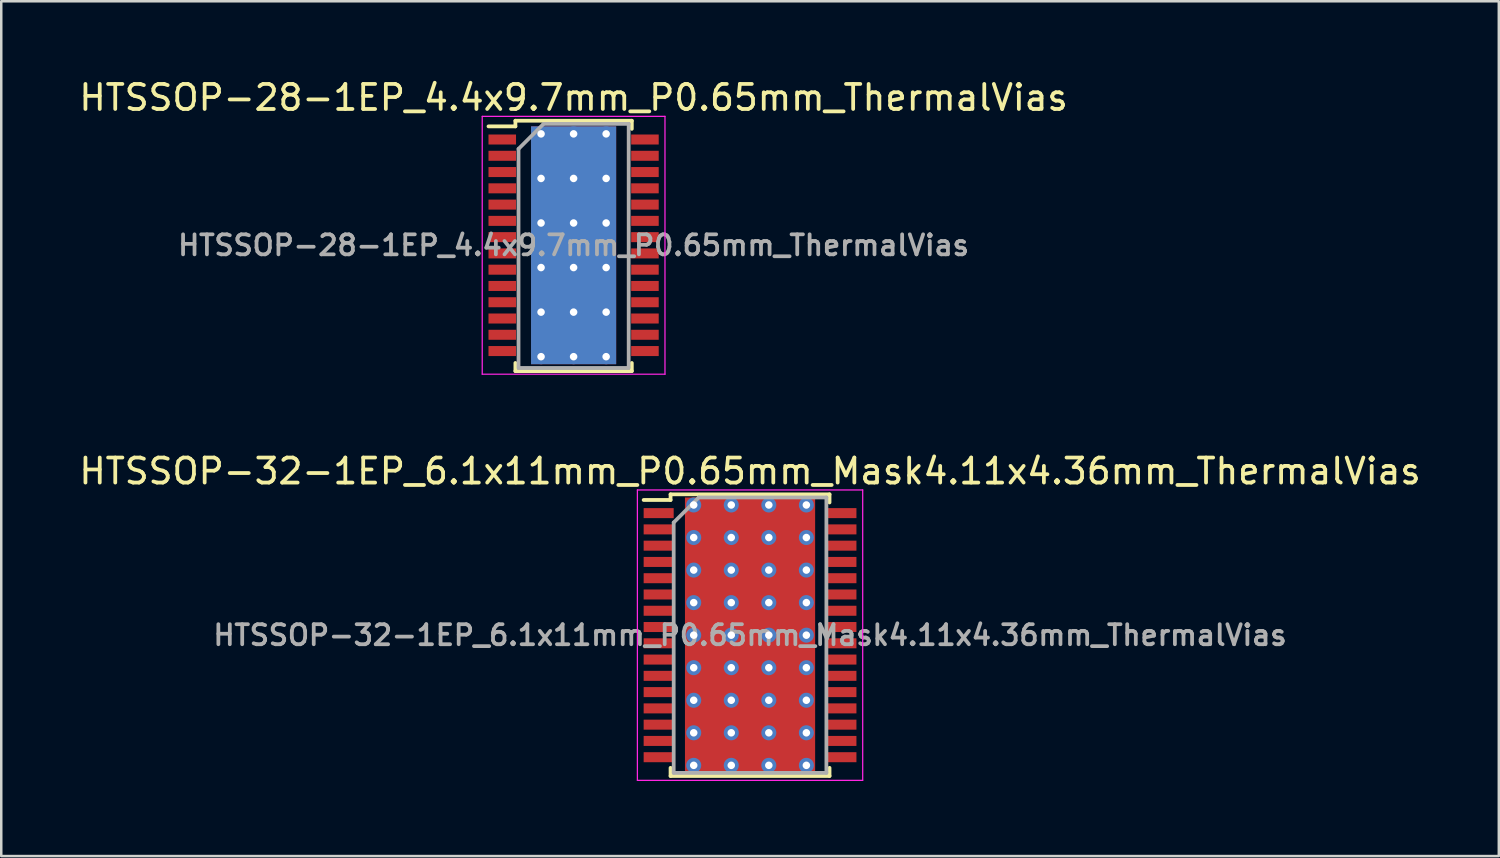
<source format=kicad_pcb>
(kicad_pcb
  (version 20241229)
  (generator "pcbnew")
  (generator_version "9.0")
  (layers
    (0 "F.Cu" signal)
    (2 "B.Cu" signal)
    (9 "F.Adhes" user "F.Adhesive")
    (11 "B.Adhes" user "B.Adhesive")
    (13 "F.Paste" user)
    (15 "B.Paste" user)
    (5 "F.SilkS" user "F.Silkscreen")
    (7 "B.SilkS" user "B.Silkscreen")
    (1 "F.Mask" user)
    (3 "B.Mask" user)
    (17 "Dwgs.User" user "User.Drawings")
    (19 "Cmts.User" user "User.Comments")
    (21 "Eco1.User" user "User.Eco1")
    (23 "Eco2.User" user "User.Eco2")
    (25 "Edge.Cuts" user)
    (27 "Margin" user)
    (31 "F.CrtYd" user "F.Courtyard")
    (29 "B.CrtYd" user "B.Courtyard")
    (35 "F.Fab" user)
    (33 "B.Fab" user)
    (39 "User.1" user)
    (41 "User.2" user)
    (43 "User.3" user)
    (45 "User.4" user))
  (footprint "HTSSOP-32-1EP_6.1x11mm_P0.65mm_Mask4.11x4.36mm_ThermalVias"
    (layer "F.Cu")
    (at 26.911 22.322)
    (property "Reference" "HTSSOP-32-1EP_6.1x11mm_P0.65mm_Mask4.11x4.36mm_ThermalVias" (at 0 -6.55 0) (layer "F.SilkS") (effects (font (size 1 1) (thickness 0.15))))
    (attr smd)
    (fp_line (start -4.25 -5.4) (end -3.175 -5.4) (stroke (width 0.15) (type solid)) (layer "F.SilkS"))
    (fp_line (start -3.175 -5.625) (end 3.175 -5.625) (stroke (width 0.15) (type solid)) (layer "F.SilkS"))
    (fp_line (start -3.175 -5.4) (end -3.175 -5.625) (stroke (width 0.15) (type solid)) (layer "F.SilkS"))
    (fp_line (start -3.175 5.3) (end -3.175 5.625) (stroke (width 0.15) (type solid)) (layer "F.SilkS"))
    (fp_line (start -3.175 5.625) (end 3.175 5.625) (stroke (width 0.15) (type solid)) (layer "F.SilkS"))
    (fp_line (start 3.175 -5.625) (end 3.175 -5.3) (stroke (width 0.15) (type solid)) (layer "F.SilkS"))
    (fp_line (start 3.175 5.625) (end 3.175 5.3) (stroke (width 0.15) (type solid)) (layer "F.SilkS"))
    (fp_line (start -4.5 -5.8) (end -4.5 5.8) (stroke (width 0.05) (type solid)) (layer "F.CrtYd"))
    (fp_line (start -4.5 5.8) (end 4.5 5.8) (stroke (width 0.05) (type solid)) (layer "F.CrtYd"))
    (fp_line (start 4.5 -5.8) (end -4.5 -5.8) (stroke (width 0.05) (type solid)) (layer "F.CrtYd"))
    (fp_line (start 4.5 5.8) (end 4.5 -5.8) (stroke (width 0.05) (type solid)) (layer "F.CrtYd"))
    (fp_line (start -3.05 -4.5) (end -2.05 -5.5) (stroke (width 0.15) (type solid)) (layer "F.Fab"))
    (fp_line (start -3.05 5.5) (end -3.05 -4.5) (stroke (width 0.15) (type solid)) (layer "F.Fab"))
    (fp_line (start -2.05 -5.5) (end 3.05 -5.5) (stroke (width 0.15) (type solid)) (layer "F.Fab"))
    (fp_line (start 3.05 -5.5) (end 3.05 5.5) (stroke (width 0.15) (type solid)) (layer "F.Fab"))
    (fp_line (start 3.05 5.5) (end -3.05 5.5) (stroke (width 0.15) (type solid)) (layer "F.Fab"))
    (fp_text user "${REFERENCE}" (at 0 0 0) (layer "F.Fab") (effects (font (size 0.8 0.8) (thickness 0.15))))
    (pad "" smd rect (at -1.365 -1.725) (size 0.93 0.55) (layers "F.Paste"))
    (pad "" smd rect (at -1.365 -0.65) (size 0.93 1) (layers "F.Paste"))
    (pad "" smd rect (at -1.365 0.65) (size 0.93 1) (layers "F.Paste"))
    (pad "" smd rect (at -1.365 1.725) (size 0.93 0.55) (layers "F.Paste"))
    (pad "" smd rect (at 0 -1.725) (size 1.2 0.55) (layers "F.Paste"))
    (pad "" smd rect (at 0 -0.65) (size 1.2 1) (layers "F.Paste"))
    (pad "" smd rect (at 0 0) (size 4.11 4.36) (layers "F.Mask"))
    (pad "" smd rect (at 0 0.65) (size 1.2 1) (layers "F.Paste"))
    (pad "" smd rect (at 0 1.725) (size 1.2 0.55) (layers "F.Paste"))
    (pad "" smd rect (at 1.365 -1.725) (size 0.93 0.55) (layers "F.Paste"))
    (pad "" smd rect (at 1.365 -0.65) (size 0.93 1) (layers "F.Paste"))
    (pad "" smd rect (at 1.365 0.65) (size 0.93 1) (layers "F.Paste"))
    (pad "" smd rect (at 1.365 1.725) (size 0.93 0.55) (layers "F.Paste"))
    (pad "1" smd rect (at -3.65 -4.875) (size 1.2 0.4) (layers "F.Cu" "F.Mask" "F.Paste"))
    (pad "2" smd rect (at -3.65 -4.225) (size 1.2 0.4) (layers "F.Cu" "F.Mask" "F.Paste"))
    (pad "3" smd rect (at -3.65 -3.575) (size 1.2 0.4) (layers "F.Cu" "F.Mask" "F.Paste"))
    (pad "4" smd rect (at -3.65 -2.925) (size 1.2 0.4) (layers "F.Cu" "F.Mask" "F.Paste"))
    (pad "5" smd rect (at -3.65 -2.275) (size 1.2 0.4) (layers "F.Cu" "F.Mask" "F.Paste"))
    (pad "6" smd rect (at -3.65 -1.625) (size 1.2 0.4) (layers "F.Cu" "F.Mask" "F.Paste"))
    (pad "7" smd rect (at -3.65 -0.975) (size 1.2 0.4) (layers "F.Cu" "F.Mask" "F.Paste"))
    (pad "8" smd rect (at -3.65 -0.325) (size 1.2 0.4) (layers "F.Cu" "F.Mask" "F.Paste"))
    (pad "9" smd rect (at -3.65 0.325) (size 1.2 0.4) (layers "F.Cu" "F.Mask" "F.Paste"))
    (pad "10" smd rect (at -3.65 0.975) (size 1.2 0.4) (layers "F.Cu" "F.Mask" "F.Paste"))
    (pad "11" smd rect (at -3.65 1.625) (size 1.2 0.4) (layers "F.Cu" "F.Mask" "F.Paste"))
    (pad "12" smd rect (at -3.65 2.275) (size 1.2 0.4) (layers "F.Cu" "F.Mask" "F.Paste"))
    (pad "13" smd rect (at -3.65 2.925) (size 1.2 0.4) (layers "F.Cu" "F.Mask" "F.Paste"))
    (pad "14" smd rect (at -3.65 3.575) (size 1.2 0.4) (layers "F.Cu" "F.Mask" "F.Paste"))
    (pad "15" smd rect (at -3.65 4.225) (size 1.2 0.4) (layers "F.Cu" "F.Mask" "F.Paste"))
    (pad "16" smd rect (at -3.65 4.875) (size 1.2 0.4) (layers "F.Cu" "F.Mask" "F.Paste"))
    (pad "17" smd rect (at 3.65 4.875) (size 1.2 0.4) (layers "F.Cu" "F.Mask" "F.Paste"))
    (pad "18" smd rect (at 3.65 4.225) (size 1.2 0.4) (layers "F.Cu" "F.Mask" "F.Paste"))
    (pad "19" smd rect (at 3.65 3.575) (size 1.2 0.4) (layers "F.Cu" "F.Mask" "F.Paste"))
    (pad "20" smd rect (at 3.65 2.925) (size 1.2 0.4) (layers "F.Cu" "F.Mask" "F.Paste"))
    (pad "21" smd rect (at 3.65 2.275) (size 1.2 0.4) (layers "F.Cu" "F.Mask" "F.Paste"))
    (pad "22" smd rect (at 3.65 1.625) (size 1.2 0.4) (layers "F.Cu" "F.Mask" "F.Paste"))
    (pad "23" smd rect (at 3.65 0.975) (size 1.2 0.4) (layers "F.Cu" "F.Mask" "F.Paste"))
    (pad "24" smd rect (at 3.65 0.325) (size 1.2 0.4) (layers "F.Cu" "F.Mask" "F.Paste"))
    (pad "25" smd rect (at 3.65 -0.325) (size 1.2 0.4) (layers "F.Cu" "F.Mask" "F.Paste"))
    (pad "26" smd rect (at 3.65 -0.975) (size 1.2 0.4) (layers "F.Cu" "F.Mask" "F.Paste"))
    (pad "27" smd rect (at 3.65 -1.625) (size 1.2 0.4) (layers "F.Cu" "F.Mask" "F.Paste"))
    (pad "28" smd rect (at 3.65 -2.275) (size 1.2 0.4) (layers "F.Cu" "F.Mask" "F.Paste"))
    (pad "29" smd rect (at 3.65 -2.925) (size 1.2 0.4) (layers "F.Cu" "F.Mask" "F.Paste"))
    (pad "30" smd rect (at 3.65 -3.575) (size 1.2 0.4) (layers "F.Cu" "F.Mask" "F.Paste"))
    (pad "31" smd rect (at 3.65 -4.225) (size 1.2 0.4) (layers "F.Cu" "F.Mask" "F.Paste"))
    (pad "32" smd rect (at 3.65 -4.875) (size 1.2 0.4) (layers "F.Cu" "F.Mask" "F.Paste"))
    (pad "33" thru_hole circle (at -2.25 -5.2) (size 0.6 0.6) (drill 0.3) (layers "*.Cu"))
    (pad "33" thru_hole circle (at -2.25 -3.9) (size 0.6 0.6) (drill 0.3) (layers "*.Cu"))
    (pad "33" thru_hole circle (at -2.25 -2.6) (size 0.6 0.6) (drill 0.3) (layers "*.Cu"))
    (pad "33" thru_hole circle (at -2.25 -1.3) (size 0.6 0.6) (drill 0.3) (layers "*.Cu"))
    (pad "33" thru_hole circle (at -2.25 0) (size 0.6 0.6) (drill 0.3) (layers "*.Cu"))
    (pad "33" thru_hole circle (at -2.25 1.3) (size 0.6 0.6) (drill 0.3) (layers "*.Cu"))
    (pad "33" thru_hole circle (at -2.25 2.6) (size 0.6 0.6) (drill 0.3) (layers "*.Cu"))
    (pad "33" thru_hole circle (at -2.25 3.9) (size 0.6 0.6) (drill 0.3) (layers "*.Cu"))
    (pad "33" thru_hole circle (at -2.25 5.2) (size 0.6 0.6) (drill 0.3) (layers "*.Cu"))
    (pad "33" thru_hole circle (at -0.75 -5.2) (size 0.6 0.6) (drill 0.3) (layers "*.Cu"))
    (pad "33" thru_hole circle (at -0.75 -3.9) (size 0.6 0.6) (drill 0.3) (layers "*.Cu"))
    (pad "33" thru_hole circle (at -0.75 -2.6) (size 0.6 0.6) (drill 0.3) (layers "*.Cu"))
    (pad "33" thru_hole circle (at -0.75 -1.3) (size 0.6 0.6) (drill 0.3) (layers "*.Cu"))
    (pad "33" thru_hole circle (at -0.75 0) (size 0.6 0.6) (drill 0.3) (layers "*.Cu"))
    (pad "33" thru_hole circle (at -0.75 1.3) (size 0.6 0.6) (drill 0.3) (layers "*.Cu"))
    (pad "33" thru_hole circle (at -0.75 2.6) (size 0.6 0.6) (drill 0.3) (layers "*.Cu"))
    (pad "33" thru_hole circle (at -0.75 3.9) (size 0.6 0.6) (drill 0.3) (layers "*.Cu"))
    (pad "33" thru_hole circle (at -0.75 5.2) (size 0.6 0.6) (drill 0.3) (layers "*.Cu"))
    (pad "33" smd rect (at 0 0) (size 5.2 11) (layers "F.Cu"))
    (pad "33" thru_hole circle (at 0.75 -5.2) (size 0.6 0.6) (drill 0.3) (layers "*.Cu"))
    (pad "33" thru_hole circle (at 0.75 -3.9) (size 0.6 0.6) (drill 0.3) (layers "*.Cu"))
    (pad "33" thru_hole circle (at 0.75 -2.6) (size 0.6 0.6) (drill 0.3) (layers "*.Cu"))
    (pad "33" thru_hole circle (at 0.75 -1.3) (size 0.6 0.6) (drill 0.3) (layers "*.Cu"))
    (pad "33" thru_hole circle (at 0.75 0) (size 0.6 0.6) (drill 0.3) (layers "*.Cu"))
    (pad "33" thru_hole circle (at 0.75 1.3) (size 0.6 0.6) (drill 0.3) (layers "*.Cu"))
    (pad "33" thru_hole circle (at 0.75 2.6) (size 0.6 0.6) (drill 0.3) (layers "*.Cu"))
    (pad "33" thru_hole circle (at 0.75 3.9) (size 0.6 0.6) (drill 0.3) (layers "*.Cu"))
    (pad "33" thru_hole circle (at 0.75 5.2) (size 0.6 0.6) (drill 0.3) (layers "*.Cu"))
    (pad "33" thru_hole circle (at 2.25 -5.2) (size 0.6 0.6) (drill 0.3) (layers "*.Cu"))
    (pad "33" thru_hole circle (at 2.25 -3.9) (size 0.6 0.6) (drill 0.3) (layers "*.Cu"))
    (pad "33" thru_hole circle (at 2.25 -2.6) (size 0.6 0.6) (drill 0.3) (layers "*.Cu"))
    (pad "33" thru_hole circle (at 2.25 -1.3) (size 0.6 0.6) (drill 0.3) (layers "*.Cu"))
    (pad "33" thru_hole circle (at 2.25 0) (size 0.6 0.6) (drill 0.3) (layers "*.Cu"))
    (pad "33" thru_hole circle (at 2.25 1.3) (size 0.6 0.6) (drill 0.3) (layers "*.Cu"))
    (pad "33" thru_hole circle (at 2.25 2.6) (size 0.6 0.6) (drill 0.3) (layers "*.Cu"))
    (pad "33" thru_hole circle (at 2.25 3.9) (size 0.6 0.6) (drill 0.3) (layers "*.Cu"))
    (pad "33" thru_hole circle (at 2.25 5.2) (size 0.6 0.6) (drill 0.3) (layers "*.Cu")))
  (footprint "HTSSOP-28-1EP_4.4x9.7mm_P0.65mm_ThermalVias"
    (layer "F.Cu")
    (at 19.863 6.748)
    (property "Reference" "HTSSOP-28-1EP_4.4x9.7mm_P0.65mm_ThermalVias" (at 0 -5.9 0) (layer "F.SilkS") (effects (font (size 1 1) (thickness 0.15))))
    (attr smd)
    (fp_line (start -2.325 -4.975) (end -2.325 -4.75) (stroke (width 0.15) (type solid)) (layer "F.SilkS"))
    (fp_line (start -2.325 -4.975) (end 2.325 -4.975) (stroke (width 0.15) (type solid)) (layer "F.SilkS"))
    (fp_line (start -2.325 -4.75) (end -3.4 -4.75) (stroke (width 0.15) (type solid)) (layer "F.SilkS"))
    (fp_line (start -2.325 5.026) (end -2.325 4.701) (stroke (width 0.15) (type solid)) (layer "F.SilkS"))
    (fp_line (start -2.325 5.026) (end 2.325 5.026) (stroke (width 0.15) (type solid)) (layer "F.SilkS"))
    (fp_line (start 2.325 -4.975) (end 2.325 -4.65) (stroke (width 0.15) (type solid)) (layer "F.SilkS"))
    (fp_line (start 2.325 5.026) (end 2.325 4.701) (stroke (width 0.15) (type solid)) (layer "F.SilkS"))
    (fp_line (start -3.65 -5.15) (end -3.65 5.15) (stroke (width 0.05) (type solid)) (layer "F.CrtYd"))
    (fp_line (start -3.65 -5.15) (end 3.65 -5.15) (stroke (width 0.05) (type solid)) (layer "F.CrtYd"))
    (fp_line (start -3.65 5.15) (end 3.65 5.15) (stroke (width 0.05) (type solid)) (layer "F.CrtYd"))
    (fp_line (start 3.65 -5.15) (end 3.65 5.15) (stroke (width 0.05) (type solid)) (layer "F.CrtYd"))
    (fp_line (start -2.2 -3.85) (end -1.2 -4.85) (stroke (width 0.15) (type solid)) (layer "F.Fab"))
    (fp_line (start -2.2 4.85) (end -2.2 -3.85) (stroke (width 0.15) (type solid)) (layer "F.Fab"))
    (fp_line (start -1.2 -4.85) (end 2.2 -4.85) (stroke (width 0.15) (type solid)) (layer "F.Fab"))
    (fp_line (start 2.2 -4.85) (end 2.2 4.85) (stroke (width 0.15) (type solid)) (layer "F.Fab"))
    (fp_line (start 2.2 4.901) (end -2.2 4.901) (stroke (width 0.15) (type solid)) (layer "F.Fab"))
    (fp_text user "${REFERENCE}" (at 0 0 0) (layer "F.Fab") (effects (font (size 0.8 0.8) (thickness 0.15))))
    (pad "" smd rect (at -0.85 -3.56) (size 1.4 1.4) (layers "F.Paste"))
    (pad "" smd rect (at -0.85 -1.78) (size 1.4 1.4) (layers "F.Paste"))
    (pad "" smd rect (at -0.85 0) (size 1.4 1.4) (layers "F.Paste"))
    (pad "" smd rect (at -0.85 1.78) (size 1.4 1.4) (layers "F.Paste"))
    (pad "" smd rect (at -0.85 3.56) (size 1.4 1.4) (layers "F.Paste"))
    (pad "" smd rect (at 0.85 -3.56) (size 1.4 1.4) (layers "F.Paste"))
    (pad "" smd rect (at 0.85 -1.78) (size 1.4 1.4) (layers "F.Paste"))
    (pad "" smd rect (at 0.85 0) (size 1.4 1.4) (layers "F.Paste"))
    (pad "" smd rect (at 0.85 1.78) (size 1.4 1.4) (layers "F.Paste"))
    (pad "" smd rect (at 0.85 3.56) (size 1.4 1.4) (layers "F.Paste"))
    (pad "1" smd rect (at -2.85 -4.225) (size 1.1 0.4) (layers "F.Cu" "F.Mask" "F.Paste"))
    (pad "2" smd rect (at -2.85 -3.575) (size 1.1 0.4) (layers "F.Cu" "F.Mask" "F.Paste"))
    (pad "3" smd rect (at -2.85 -2.925) (size 1.1 0.4) (layers "F.Cu" "F.Mask" "F.Paste"))
    (pad "4" smd rect (at -2.85 -2.275) (size 1.1 0.4) (layers "F.Cu" "F.Mask" "F.Paste"))
    (pad "5" smd rect (at -2.85 -1.625) (size 1.1 0.4) (layers "F.Cu" "F.Mask" "F.Paste"))
    (pad "6" smd rect (at -2.85 -0.975) (size 1.1 0.4) (layers "F.Cu" "F.Mask" "F.Paste"))
    (pad "7" smd rect (at -2.85 -0.325) (size 1.1 0.4) (layers "F.Cu" "F.Mask" "F.Paste"))
    (pad "8" smd rect (at -2.85 0.325) (size 1.1 0.4) (layers "F.Cu" "F.Mask" "F.Paste"))
    (pad "9" smd rect (at -2.85 0.975) (size 1.1 0.4) (layers "F.Cu" "F.Mask" "F.Paste"))
    (pad "10" smd rect (at -2.85 1.625) (size 1.1 0.4) (layers "F.Cu" "F.Mask" "F.Paste"))
    (pad "11" smd rect (at -2.85 2.275) (size 1.1 0.4) (layers "F.Cu" "F.Mask" "F.Paste"))
    (pad "12" smd rect (at -2.85 2.925) (size 1.1 0.4) (layers "F.Cu" "F.Mask" "F.Paste"))
    (pad "13" smd rect (at -2.85 3.575) (size 1.1 0.4) (layers "F.Cu" "F.Mask" "F.Paste"))
    (pad "14" smd rect (at -2.85 4.225) (size 1.1 0.4) (layers "F.Cu" "F.Mask" "F.Paste"))
    (pad "15" smd rect (at 2.85 4.225) (size 1.1 0.4) (layers "F.Cu" "F.Mask" "F.Paste"))
    (pad "16" smd rect (at 2.85 3.575) (size 1.1 0.4) (layers "F.Cu" "F.Mask" "F.Paste"))
    (pad "17" smd rect (at 2.85 2.925) (size 1.1 0.4) (layers "F.Cu" "F.Mask" "F.Paste"))
    (pad "18" smd rect (at 2.85 2.275) (size 1.1 0.4) (layers "F.Cu" "F.Mask" "F.Paste"))
    (pad "19" smd rect (at 2.85 1.625) (size 1.1 0.4) (layers "F.Cu" "F.Mask" "F.Paste"))
    (pad "20" smd rect (at 2.85 0.975) (size 1.1 0.4) (layers "F.Cu" "F.Mask" "F.Paste"))
    (pad "21" smd rect (at 2.85 0.325) (size 1.1 0.4) (layers "F.Cu" "F.Mask" "F.Paste"))
    (pad "22" smd rect (at 2.85 -0.325) (size 1.1 0.4) (layers "F.Cu" "F.Mask" "F.Paste"))
    (pad "23" smd rect (at 2.85 -0.975) (size 1.1 0.4) (layers "F.Cu" "F.Mask" "F.Paste"))
    (pad "24" smd rect (at 2.85 -1.625) (size 1.1 0.4) (layers "F.Cu" "F.Mask" "F.Paste"))
    (pad "25" smd rect (at 2.85 -2.275) (size 1.1 0.4) (layers "F.Cu" "F.Mask" "F.Paste"))
    (pad "26" smd rect (at 2.85 -2.925) (size 1.1 0.4) (layers "F.Cu" "F.Mask" "F.Paste"))
    (pad "27" smd rect (at 2.85 -3.575) (size 1.1 0.4) (layers "F.Cu" "F.Mask" "F.Paste"))
    (pad "28" smd rect (at 2.85 -4.225) (size 1.1 0.4) (layers "F.Cu" "F.Mask" "F.Paste"))
    (pad "29" thru_hole circle (at -1.3 -4.45) (size 0.6 0.6) (drill 0.3) (layers "*.Cu"))
    (pad "29" thru_hole circle (at -1.3 -2.67) (size 0.6 0.6) (drill 0.3) (layers "*.Cu"))
    (pad "29" thru_hole circle (at -1.3 -0.89) (size 0.6 0.6) (drill 0.3) (layers "*.Cu"))
    (pad "29" thru_hole circle (at -1.3 0.89) (size 0.6 0.6) (drill 0.3) (layers "*.Cu"))
    (pad "29" thru_hole circle (at -1.3 2.67) (size 0.6 0.6) (drill 0.3) (layers "*.Cu"))
    (pad "29" thru_hole circle (at -1.3 4.45) (size 0.6 0.6) (drill 0.3) (layers "*.Cu"))
    (pad "29" thru_hole circle (at 0 -4.45) (size 0.6 0.6) (drill 0.3) (layers "*.Cu"))
    (pad "29" thru_hole circle (at 0 -2.67) (size 0.6 0.6) (drill 0.3) (layers "*.Cu"))
    (pad "29" thru_hole circle (at 0 -0.89) (size 0.6 0.6) (drill 0.3) (layers "*.Cu"))
    (pad "29" smd rect (at 0 0) (size 3.4 9.5) (layers "F.Cu" "F.Mask"))
    (pad "29" smd rect (at 0 0) (size 3.4 9.5) (layers "B.Cu"))
    (pad "29" thru_hole circle (at 0 0.89) (size 0.6 0.6) (drill 0.3) (layers "*.Cu"))
    (pad "29" thru_hole circle (at 0 2.67) (size 0.6 0.6) (drill 0.3) (layers "*.Cu"))
    (pad "29" thru_hole circle (at 0 4.45) (size 0.6 0.6) (drill 0.3) (layers "*.Cu"))
    (pad "29" thru_hole circle (at 1.3 -4.45) (size 0.6 0.6) (drill 0.3) (layers "*.Cu"))
    (pad "29" thru_hole circle (at 1.3 -2.67) (size 0.6 0.6) (drill 0.3) (layers "*.Cu"))
    (pad "29" thru_hole circle (at 1.3 -0.89) (size 0.6 0.6) (drill 0.3) (layers "*.Cu"))
    (pad "29" thru_hole circle (at 1.3 0.89) (size 0.6 0.6) (drill 0.3) (layers "*.Cu"))
    (pad "29" thru_hole circle (at 1.3 2.67) (size 0.6 0.6) (drill 0.3) (layers "*.Cu"))
    (pad "29" thru_hole circle (at 1.3 4.45) (size 0.6 0.6) (drill 0.3) (layers "*.Cu")))
  (gr_rect
    (start -3 -3)
    (end 56.821 31.146)
    (stroke (width 0.1) (type default))
    (fill no)
    (layer "Edge.Cuts")))
</source>
